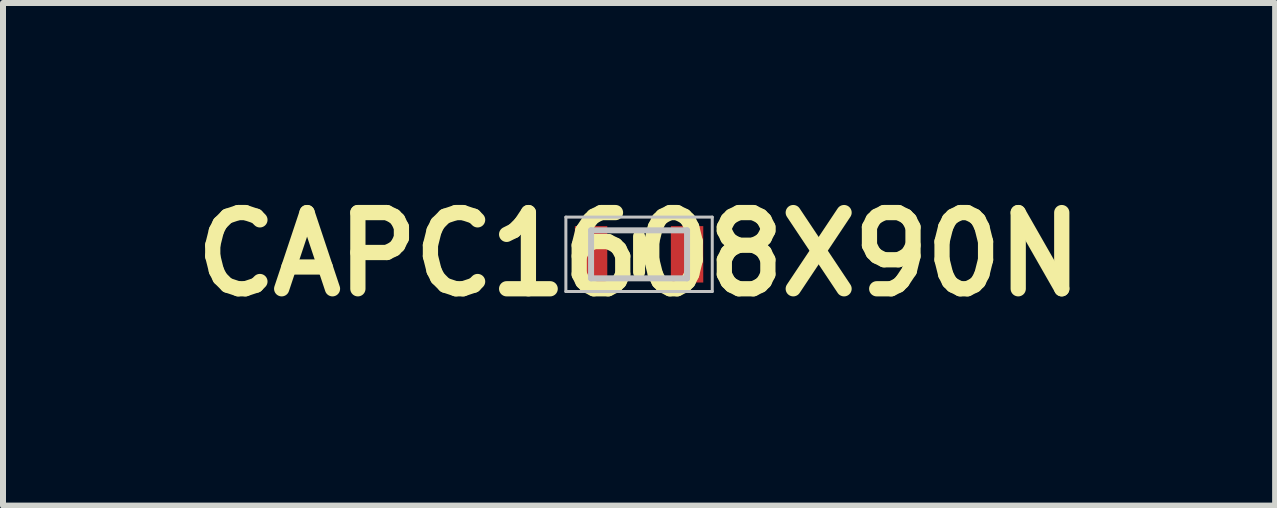
<source format=kicad_pcb>
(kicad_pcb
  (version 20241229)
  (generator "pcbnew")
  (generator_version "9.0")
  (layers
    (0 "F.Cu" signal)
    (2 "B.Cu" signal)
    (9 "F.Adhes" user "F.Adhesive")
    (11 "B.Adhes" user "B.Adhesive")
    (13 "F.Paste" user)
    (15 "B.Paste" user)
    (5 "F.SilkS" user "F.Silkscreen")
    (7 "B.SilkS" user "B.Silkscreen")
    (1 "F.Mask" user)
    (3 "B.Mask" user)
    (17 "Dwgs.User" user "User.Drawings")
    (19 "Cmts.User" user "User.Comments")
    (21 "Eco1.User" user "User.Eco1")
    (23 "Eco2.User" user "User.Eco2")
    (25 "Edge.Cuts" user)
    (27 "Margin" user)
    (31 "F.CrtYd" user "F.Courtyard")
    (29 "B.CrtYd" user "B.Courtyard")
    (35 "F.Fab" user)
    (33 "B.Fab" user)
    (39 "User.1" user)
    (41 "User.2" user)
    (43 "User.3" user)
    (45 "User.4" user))
  (footprint "CAPC1608X90N"
    (layer "F.Cu")
    (at 7.602 1.189)
    (property "Reference" "CAPC1608X90N" (at 0 0 0) (layer "F.SilkS") (effects (font (size 1.27 1.27) (thickness 0.254))))
    (attr smd)
    (fp_line (start 0 -0.3) (end 0 0.3) (stroke (width 0.2) (type solid)) (layer "F.SilkS"))
    (fp_line (start -1.22 -0.62) (end 1.22 -0.62) (stroke (width 0.05) (type solid)) (layer "Dwgs.User"))
    (fp_line (start -1.22 0.62) (end -1.22 -0.62) (stroke (width 0.05) (type solid)) (layer "Dwgs.User"))
    (fp_line (start -0.8 -0.4) (end 0.8 -0.4) (stroke (width 0.1) (type solid)) (layer "Dwgs.User"))
    (fp_line (start -0.8 0.4) (end -0.8 -0.4) (stroke (width 0.1) (type solid)) (layer "Dwgs.User"))
    (fp_line (start 0.8 -0.4) (end 0.8 0.4) (stroke (width 0.1) (type solid)) (layer "Dwgs.User"))
    (fp_line (start 0.8 0.4) (end -0.8 0.4) (stroke (width 0.1) (type solid)) (layer "Dwgs.User"))
    (fp_line (start 1.22 -0.62) (end 1.22 0.62) (stroke (width 0.05) (type solid)) (layer "Dwgs.User"))
    (fp_line (start 1.22 0.62) (end -1.22 0.62) (stroke (width 0.05) (type solid)) (layer "Dwgs.User"))
    (pad "1" smd rect (at -0.8 0) (size 0.54 0.94) (layers "F.Cu" "F.Mask" "F.Paste"))
    (pad "2" smd rect (at 0.8 0) (size 0.54 0.94) (layers "F.Cu" "F.Mask" "F.Paste")))
  (gr_rect
    (start -3 -3)
    (end 18.204 5.377)
    (stroke (width 0.1) (type default))
    (fill no)
    (layer "Edge.Cuts")))
</source>
